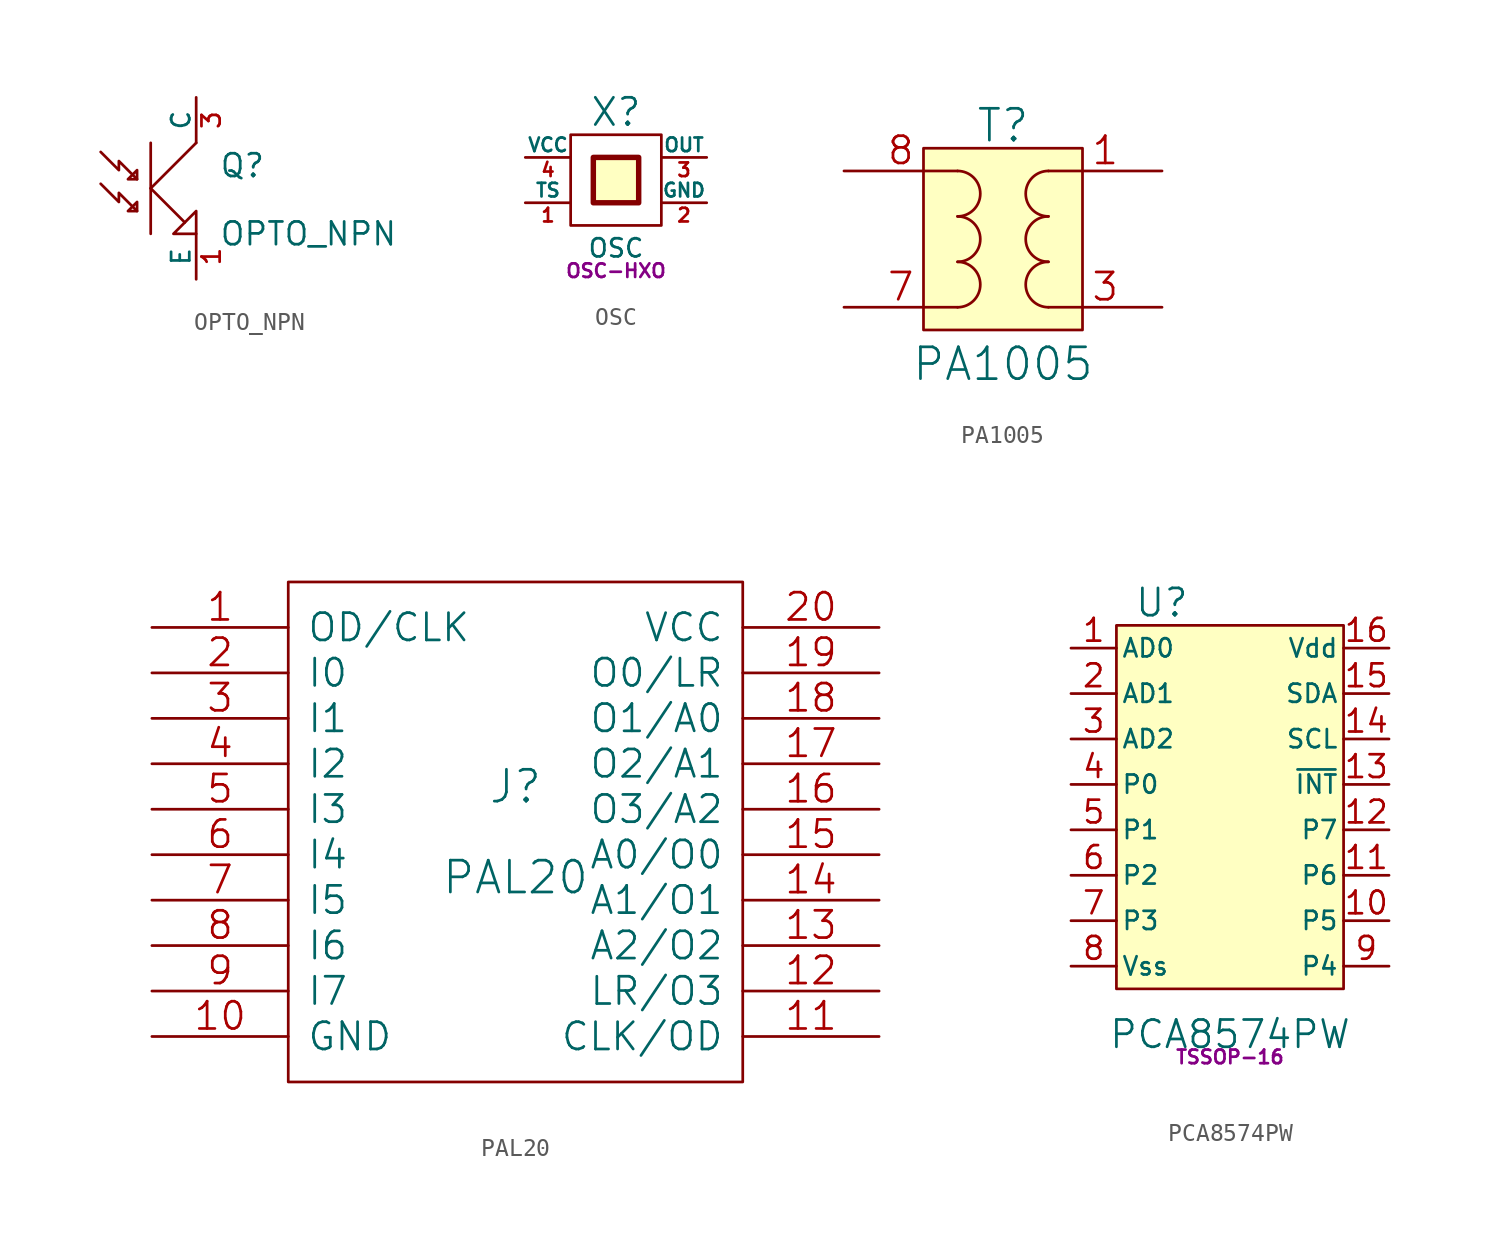
<source format=kicad_sym>
(kicad_symbol_lib
  (version 20220914)
  (generator kicad_symbol_editor)
  (symbol "OPTO_NPN"
    (pin_names
      (offset 0))
    (property "Reference" "Q"
      (at 3.81 1.27 0)
      (effects (font (size 1.27 1.27)) (justify left)))
    (property "Value" "OPTO_NPN"
      (at 3.81 -2.54 0)
      (effects (font (size 1.27 1.27)) (justify left)))
    (property "Footprint" ""
      (at 0 0 0)
      (effects (font (size 1.524 1.524))))
    (property "Datasheet" ""
      (at 0 0 0)
      (effects (font (size 1.524 1.524))))
    (symbol "OPTO_NPN_0_1"
      (polyline (pts (xy 0 0) (xy 1.905 -1.905)) (stroke (width 0) (type default)) (fill (type none)))
      (polyline (pts (xy 0 0) (xy 2.54 2.54)) (stroke (width 0) (type default)) (fill (type none)))
      (polyline (pts (xy 0 2.54) (xy 0 -2.54)) (stroke (width 0) (type default)) (fill (type none)))
      (polyline (pts (xy -0.762 -1.27) (xy -0.762 -0.762) (xy -1.27 -1.27) (xy -0.762 -1.27) (xy -0.762 -1.27)) (stroke (width 0) (type default)) (fill (type none)))
      (polyline (pts (xy 1.27 -2.54) (xy 2.54 -2.54) (xy 2.54 -1.27) (xy 1.27 -2.54) (xy 1.27 -2.54)) (stroke (width 0) (type default)) (fill (type none)))
      (polyline (pts (xy -2.794 0.254) (xy -1.778 -0.762) (xy -1.778 -0.254) (xy -0.762 -1.27) (xy -0.762 -1.27) (xy -0.762 -1.27)) (stroke (width 0) (type default)) (fill (type none)))
      (polyline (pts (xy -2.794 2.032) (xy -1.778 1.016) (xy -1.778 1.524) (xy -0.762 0.508) (xy -0.762 0.508) (xy -0.762 0.508)) (stroke (width 0) (type default)) (fill (type none)))
      (polyline (pts (xy -0.762 0.508) (xy -0.762 1.016) (xy -1.27 0.508) (xy -0.762 0.508) (xy -0.762 0.508) (xy -0.762 0.508)) (stroke (width 0) (type default)) (fill (type none))))
    (symbol "OPTO_NPN_1_1"
      (pin passive line (at 2.54 -5.08 90) (length 2.54) (name "E" (effects (font (size 1.016 1.016)))) (number "1" (effects (font (size 1.016 1.016)))))
      (pin passive line (at 2.54 5.08 270) (length 2.54) (name "C" (effects (font (size 1.016 1.016)))) (number "3" (effects (font (size 1.016 1.016)))))))
  (symbol "OSC"
    (pin_names
      (offset 0))
    (property "Reference" "X"
      (at 0 3.81 0)
      (effects (font (size 1.524 1.524))))
    (property "Value" "OSC"
      (at 0 -3.81 0)
      (effects (font (size 1.016 1.016))))
    (property "Footprint" "OSC-HXO"
      (at 0 -5.08 0)
      (effects (font (size 0.762 0.762))))
    (property "Datasheet" ""
      (at 0 0 0)
      (effects (font (size 1.524 1.524))))
    (symbol "OSC_0_1"
      (rectangle (start -2.54 2.54) (end 2.54 -2.54) (stroke (width 0) (type default)) (fill (type none)))
      (polyline (pts (xy -1.27 1.27) (xy 1.27 1.27) (xy 1.27 -1.27) (xy -1.27 -1.27) (xy -1.27 1.27)) (stroke (width 0.305) (type default)) (fill (type background))))
    (symbol "OSC_1_1"
      (pin passive line (at -5.08 -1.27 0) (length 2.54) (name "TS" (effects (font (size 0.762 0.762)))) (number "1" (effects (font (size 0.762 0.762)))))
      (pin passive line (at 5.08 -1.27 180) (length 2.54) (name "GND" (effects (font (size 0.762 0.762)))) (number "2" (effects (font (size 0.762 0.762)))))
      (pin passive line (at 5.08 1.27 180) (length 2.54) (name "OUT" (effects (font (size 0.762 0.762)))) (number "3" (effects (font (size 0.762 0.762)))))
      (pin passive line (at -5.08 1.27 0) (length 2.54) (name "VCC" (effects (font (size 0.762 0.762)))) (number "4" (effects (font (size 0.762 0.762)))))))
  (symbol "PA1005"
    (pin_names
      (offset 0.254) hide)
    (property "Reference" "T"
      (at 0 6.35 0)
      (effects (font (size 1.778 1.778))))
    (property "Value" "PA1005"
      (at 0 -6.985 0)
      (effects (font (size 1.778 1.778))))
    (property "Footprint" ""
      (at -1.27 1.27 0)
      (effects (font (size 1.524 1.524))))
    (property "Datasheet" ""
      (at -1.27 1.27 0)
      (effects (font (size 1.524 1.524))))
    (symbol "PA1005_0_1"
      (rectangle (start -4.445 5.08) (end 4.445 -5.08) (stroke (width 0) (type default)) (fill (type background)))
      (arc (start -2.54 -3.81) (mid -1.2755 -2.54) (end -2.54 -1.27) (stroke (width 0) (type default)) (fill (type none)))
      (arc (start -2.54 -1.27) (mid -1.2755 0) (end -2.54 1.27) (stroke (width 0) (type default)) (fill (type none)))
      (arc (start -2.54 1.27) (mid -1.2755 2.54) (end -2.54 3.81) (stroke (width 0) (type default)) (fill (type none)))
      (arc (start 2.54 -1.27) (mid 1.2755 -2.54) (end 2.54 -3.81) (stroke (width 0) (type default)) (fill (type none)))
      (arc (start 2.54 1.27) (mid 1.2755 0) (end 2.54 -1.27) (stroke (width 0) (type default)) (fill (type none)))
      (arc (start 2.54 3.81) (mid 1.2755 2.54) (end 2.54 1.27) (stroke (width 0) (type default)) (fill (type none))))
    (symbol "PA1005_1_1"
      (pin passive line (at 8.89 3.81 180) (length 6.35) (name "~" (effects (font (size 1.524 1.524)))) (number "1" (effects (font (size 1.524 1.524)))))
      (pin passive line (at 8.89 -3.81 180) (length 6.35) (name "~" (effects (font (size 1.524 1.524)))) (number "3" (effects (font (size 1.524 1.524)))))
      (pin passive line (at -8.89 -3.81 0) (length 6.35) (name "~" (effects (font (size 1.524 1.524)))) (number "7" (effects (font (size 1.524 1.524)))))
      (pin passive line (at -8.89 3.81 0) (length 6.35) (name "AA" (effects (font (size 1.524 1.524)))) (number "8" (effects (font (size 1.524 1.524)))))))
  (symbol "PAL20"
    (pin_names
      (offset 1.016))
    (property "Reference" "J"
      (at 0 2.54 0)
      (effects (font (size 1.778 1.778))))
    (property "Value" "PAL20"
      (at 0 -2.54 0)
      (effects (font (size 1.778 1.778))))
    (property "Footprint" ""
      (at 0 0 0)
      (effects (font (size 1.524 1.524))))
    (property "Datasheet" ""
      (at 0 0 0)
      (effects (font (size 1.524 1.524))))
    (symbol "PAL20_0_1"
      (rectangle (start -12.7 -13.97) (end 12.7 13.97) (stroke (width 0) (type default)) (fill (type none))))
    (symbol "PAL20_1_1"
      (pin passive line (at -20.32 11.43 0) (length 7.62) (name "OD/CLK" (effects (font (size 1.524 1.524)))) (number "1" (effects (font (size 1.524 1.524)))))
      (pin passive line (at -20.32 -11.43 0) (length 7.62) (name "GND" (effects (font (size 1.524 1.524)))) (number "10" (effects (font (size 1.524 1.524)))))
      (pin passive line (at 20.32 -11.43 180) (length 7.62) (name "CLK/OD" (effects (font (size 1.524 1.524)))) (number "11" (effects (font (size 1.524 1.524)))))
      (pin passive line (at 20.32 -8.89 180) (length 7.62) (name "LR/O3" (effects (font (size 1.524 1.524)))) (number "12" (effects (font (size 1.524 1.524)))))
      (pin passive line (at 20.32 -6.35 180) (length 7.62) (name "A2/O2" (effects (font (size 1.524 1.524)))) (number "13" (effects (font (size 1.524 1.524)))))
      (pin passive line (at 20.32 -3.81 180) (length 7.62) (name "A1/O1" (effects (font (size 1.524 1.524)))) (number "14" (effects (font (size 1.524 1.524)))))
      (pin passive line (at 20.32 -1.27 180) (length 7.62) (name "A0/O0" (effects (font (size 1.524 1.524)))) (number "15" (effects (font (size 1.524 1.524)))))
      (pin passive line (at 20.32 1.27 180) (length 7.62) (name "O3/A2" (effects (font (size 1.524 1.524)))) (number "16" (effects (font (size 1.524 1.524)))))
      (pin passive line (at 20.32 3.81 180) (length 7.62) (name "O2/A1" (effects (font (size 1.524 1.524)))) (number "17" (effects (font (size 1.524 1.524)))))
      (pin passive line (at 20.32 6.35 180) (length 7.62) (name "O1/A0" (effects (font (size 1.524 1.524)))) (number "18" (effects (font (size 1.524 1.524)))))
      (pin passive line (at 20.32 8.89 180) (length 7.62) (name "O0/LR" (effects (font (size 1.524 1.524)))) (number "19" (effects (font (size 1.524 1.524)))))
      (pin passive line (at -20.32 8.89 0) (length 7.62) (name "I0" (effects (font (size 1.524 1.524)))) (number "2" (effects (font (size 1.524 1.524)))))
      (pin passive line (at 20.32 11.43 180) (length 7.62) (name "VCC" (effects (font (size 1.524 1.524)))) (number "20" (effects (font (size 1.524 1.524)))))
      (pin passive line (at -20.32 6.35 0) (length 7.62) (name "I1" (effects (font (size 1.524 1.524)))) (number "3" (effects (font (size 1.524 1.524)))))
      (pin passive line (at -20.32 3.81 0) (length 7.62) (name "I2" (effects (font (size 1.524 1.524)))) (number "4" (effects (font (size 1.524 1.524)))))
      (pin passive line (at -20.32 1.27 0) (length 7.62) (name "I3" (effects (font (size 1.524 1.524)))) (number "5" (effects (font (size 1.524 1.524)))))
      (pin passive line (at -20.32 -1.27 0) (length 7.62) (name "I4" (effects (font (size 1.524 1.524)))) (number "6" (effects (font (size 1.524 1.524)))))
      (pin passive line (at -20.32 -3.81 0) (length 7.62) (name "I5" (effects (font (size 1.524 1.524)))) (number "7" (effects (font (size 1.524 1.524)))))
      (pin passive line (at -20.32 -6.35 0) (length 7.62) (name "I6" (effects (font (size 1.524 1.524)))) (number "8" (effects (font (size 1.524 1.524)))))
      (pin passive line (at -20.32 -8.89 0) (length 7.62) (name "I7" (effects (font (size 1.524 1.524)))) (number "9" (effects (font (size 1.524 1.524)))))))
  (symbol "PCA8574PW"
    (pin_names
      (offset 0.254))
    (property "Reference" "U"
      (at -3.81 11.43 0)
      (effects (font (size 1.524 1.524))))
    (property "Value" "PCA8574PW"
      (at 0 -12.7 0)
      (effects (font (size 1.524 1.524))))
    (property "Footprint" "TSSOP-16"
      (at 0 -13.97 0)
      (effects (font (size 0.762 0.762))))
    (property "Datasheet" ""
      (at 0 0 0)
      (effects (font (size 1.524 1.524))))
    (symbol "PCA8574PW_0_1"
      (rectangle (start -6.35 10.16) (end 6.35 -10.16) (stroke (width 0) (type default)) (fill (type background))))
    (symbol "PCA8574PW_1_1"
      (pin bidirectional line (at -8.89 8.89 0) (length 2.54) (name "AD0" (effects (font (size 1.016 1.016)))) (number "1" (effects (font (size 1.27 1.27)))))
      (pin bidirectional line (at 8.89 -6.35 180) (length 2.54) (name "P5" (effects (font (size 1.016 1.016)))) (number "10" (effects (font (size 1.27 1.27)))))
      (pin bidirectional line (at 8.89 -3.81 180) (length 2.54) (name "P6" (effects (font (size 1.016 1.016)))) (number "11" (effects (font (size 1.27 1.27)))))
      (pin bidirectional line (at 8.89 -1.27 180) (length 2.54) (name "P7" (effects (font (size 1.016 1.016)))) (number "12" (effects (font (size 1.27 1.27)))))
      (pin bidirectional line (at 8.89 1.27 180) (length 2.54) (name "~{INT}" (effects (font (size 1.016 1.016)))) (number "13" (effects (font (size 1.27 1.27)))))
      (pin bidirectional line (at 8.89 3.81 180) (length 2.54) (name "SCL" (effects (font (size 1.016 1.016)))) (number "14" (effects (font (size 1.27 1.27)))))
      (pin bidirectional line (at 8.89 6.35 180) (length 2.54) (name "SDA" (effects (font (size 1.016 1.016)))) (number "15" (effects (font (size 1.27 1.27)))))
      (pin bidirectional line (at 8.89 8.89 180) (length 2.54) (name "Vdd" (effects (font (size 1.016 1.016)))) (number "16" (effects (font (size 1.27 1.27)))))
      (pin bidirectional line (at -8.89 6.35 0) (length 2.54) (name "AD1" (effects (font (size 1.016 1.016)))) (number "2" (effects (font (size 1.27 1.27)))))
      (pin bidirectional line (at -8.89 3.81 0) (length 2.54) (name "AD2" (effects (font (size 1.016 1.016)))) (number "3" (effects (font (size 1.27 1.27)))))
      (pin bidirectional line (at -8.89 1.27 0) (length 2.54) (name "P0" (effects (font (size 1.016 1.016)))) (number "4" (effects (font (size 1.27 1.27)))))
      (pin bidirectional line (at -8.89 -1.27 0) (length 2.54) (name "P1" (effects (font (size 1.016 1.016)))) (number "5" (effects (font (size 1.27 1.27)))))
      (pin bidirectional line (at -8.89 -3.81 0) (length 2.54) (name "P2" (effects (font (size 1.016 1.016)))) (number "6" (effects (font (size 1.27 1.27)))))
      (pin bidirectional line (at -8.89 -6.35 0) (length 2.54) (name "P3" (effects (font (size 1.016 1.016)))) (number "7" (effects (font (size 1.27 1.27)))))
      (pin bidirectional line (at -8.89 -8.89 0) (length 2.54) (name "Vss" (effects (font (size 1.016 1.016)))) (number "8" (effects (font (size 1.27 1.27)))))
      (pin bidirectional line (at 8.89 -8.89 180) (length 2.54) (name "P4" (effects (font (size 1.016 1.016)))) (number "9" (effects (font (size 1.27 1.27))))))))
</source>
